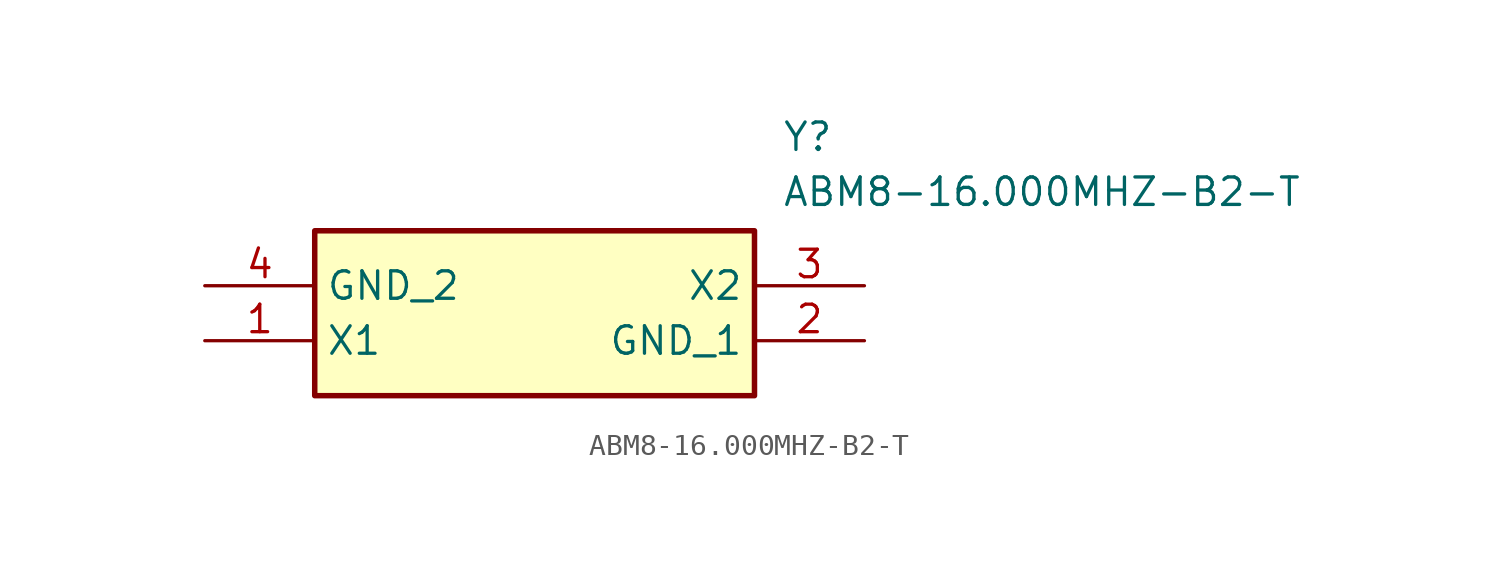
<source format=kicad_sym>
(kicad_symbol_lib
  (version 20211014)
  (generator SamacSys_ECAD_Model)
  (symbol "ABM8-16.000MHZ-B2-T"
    (property "Reference" "Y"
      (at 26.67 7.62 0)
      (effects (font (size 1.27 1.27)) (justify left top)))
    (property "Value" "ABM8-16.000MHZ-B2-T"
      (at 26.67 5.08 0)
      (effects (font (size 1.27 1.27)) (justify left top)))
    (rectangle
      (start 5.08 2.54)
      (end 25.4 -5.08)
      (stroke (width 0.254) (type default))
      (fill (type background)))
    (pin passive line
      (at 0 -2.54 0)
      (length 5.08)
      (name "X1" (effects (font (size 1.27 1.27))))
      (number "1" (effects (font (size 1.27 1.27)))))
    (pin passive line
      (at 30.48 -2.54 180)
      (length 5.08)
      (name "GND_1" (effects (font (size 1.27 1.27))))
      (number "2" (effects (font (size 1.27 1.27)))))
    (pin passive line
      (at 30.48 0 180)
      (length 5.08)
      (name "X2" (effects (font (size 1.27 1.27))))
      (number "3" (effects (font (size 1.27 1.27)))))
    (pin passive line
      (at 0 0 0)
      (length 5.08)
      (name "GND_2" (effects (font (size 1.27 1.27))))
      (number "4" (effects (font (size 1.27 1.27)))))))
</source>
